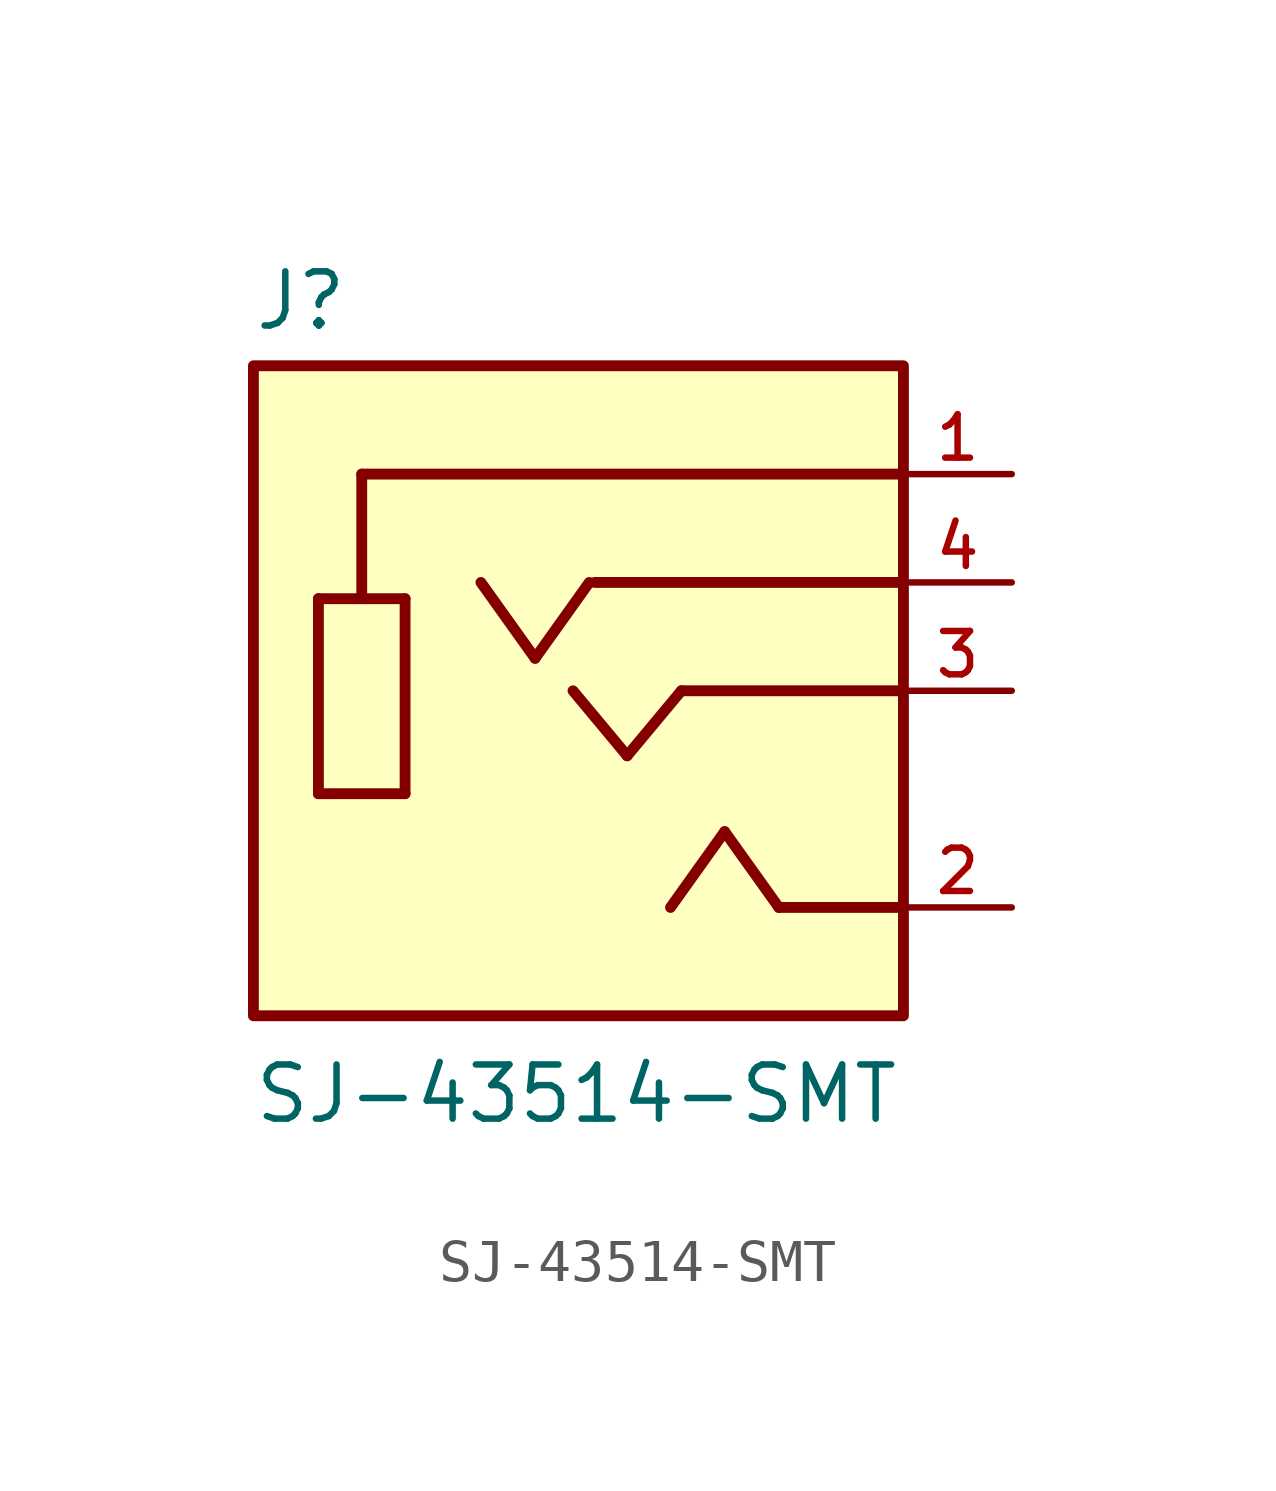
<source format=kicad_sym>
(kicad_symbol_lib
  (version 20211014)
  (generator kicad_symbol_editor)
  (symbol "SJ-43514-SMT"
    (pin_names
      (offset 1.016))
    (property "Reference" "J"
      (at -7.638 8.401 0)
      (effects (font (size 1.27 1.27)) (justify bottom left)))
    (property "Value" "SJ-43514-SMT"
      (at -7.646 -10.195 0)
      (effects (font (size 1.27 1.27)) (justify bottom left)))
    (symbol "SJ-43514-SMT_0_0"
      (polyline (pts (xy -6.096 2.159) (xy -6.096 -2.413)) (stroke (width 0.254)))
      (polyline (pts (xy -6.096 -2.413) (xy -4.064 -2.413)) (stroke (width 0.254)))
      (polyline (pts (xy -4.064 -2.413) (xy -4.064 2.159)) (stroke (width 0.254)))
      (polyline (pts (xy -4.064 2.159) (xy -6.096 2.159)) (stroke (width 0.254)))
      (polyline (pts (xy -2.286 2.54) (xy -1.016 0.762)) (stroke (width 0.254)))
      (polyline (pts (xy -1.016 0.762) (xy 0.254 2.54)) (stroke (width 0.254)))
      (polyline (pts (xy 4.699 -5.08) (xy 7.62 -5.08)) (stroke (width 0.254)))
      (polyline (pts (xy 2.159 -5.08) (xy 3.429 -3.302)) (stroke (width 0.254)))
      (polyline (pts (xy 3.429 -3.302) (xy 4.699 -5.08)) (stroke (width 0.254)))
      (polyline (pts (xy 7.62 5.08) (xy -5.08 5.08)) (stroke (width 0.254)))
      (polyline (pts (xy -5.08 5.08) (xy -5.08 2.286)) (stroke (width 0.254)))
      (polyline (pts (xy 0.381 2.54) (xy 7.62 2.54)) (stroke (width 0.254)))
      (polyline (pts (xy 2.413 0.0) (xy 7.62 0.0)) (stroke (width 0.254)))
      (polyline (pts (xy -0.127 0.0) (xy 1.143 -1.524)) (stroke (width 0.254)))
      (polyline (pts (xy 1.143 -1.524) (xy 2.413 0.0)) (stroke (width 0.254)))
      (rectangle (start -7.62 -7.62) (end 7.62 7.62) (stroke (width 0.254)) (fill (type background)))
      (pin passive line (at 10.16 5.08 180.0) (length 2.54) (name "~" (effects (font (size 1.016 1.016)))) (number "1" (effects (font (size 1.016 1.016)))))
      (pin passive line (at 10.16 -5.08 180.0) (length 2.54) (name "~" (effects (font (size 1.016 1.016)))) (number "2" (effects (font (size 1.016 1.016)))))
      (pin passive line (at 10.16 0.0 180.0) (length 2.54) (name "~" (effects (font (size 1.016 1.016)))) (number "3" (effects (font (size 1.016 1.016)))))
      (pin passive line (at 10.16 2.54 180.0) (length 2.54) (name "~" (effects (font (size 1.016 1.016)))) (number "4" (effects (font (size 1.016 1.016))))))))
</source>
